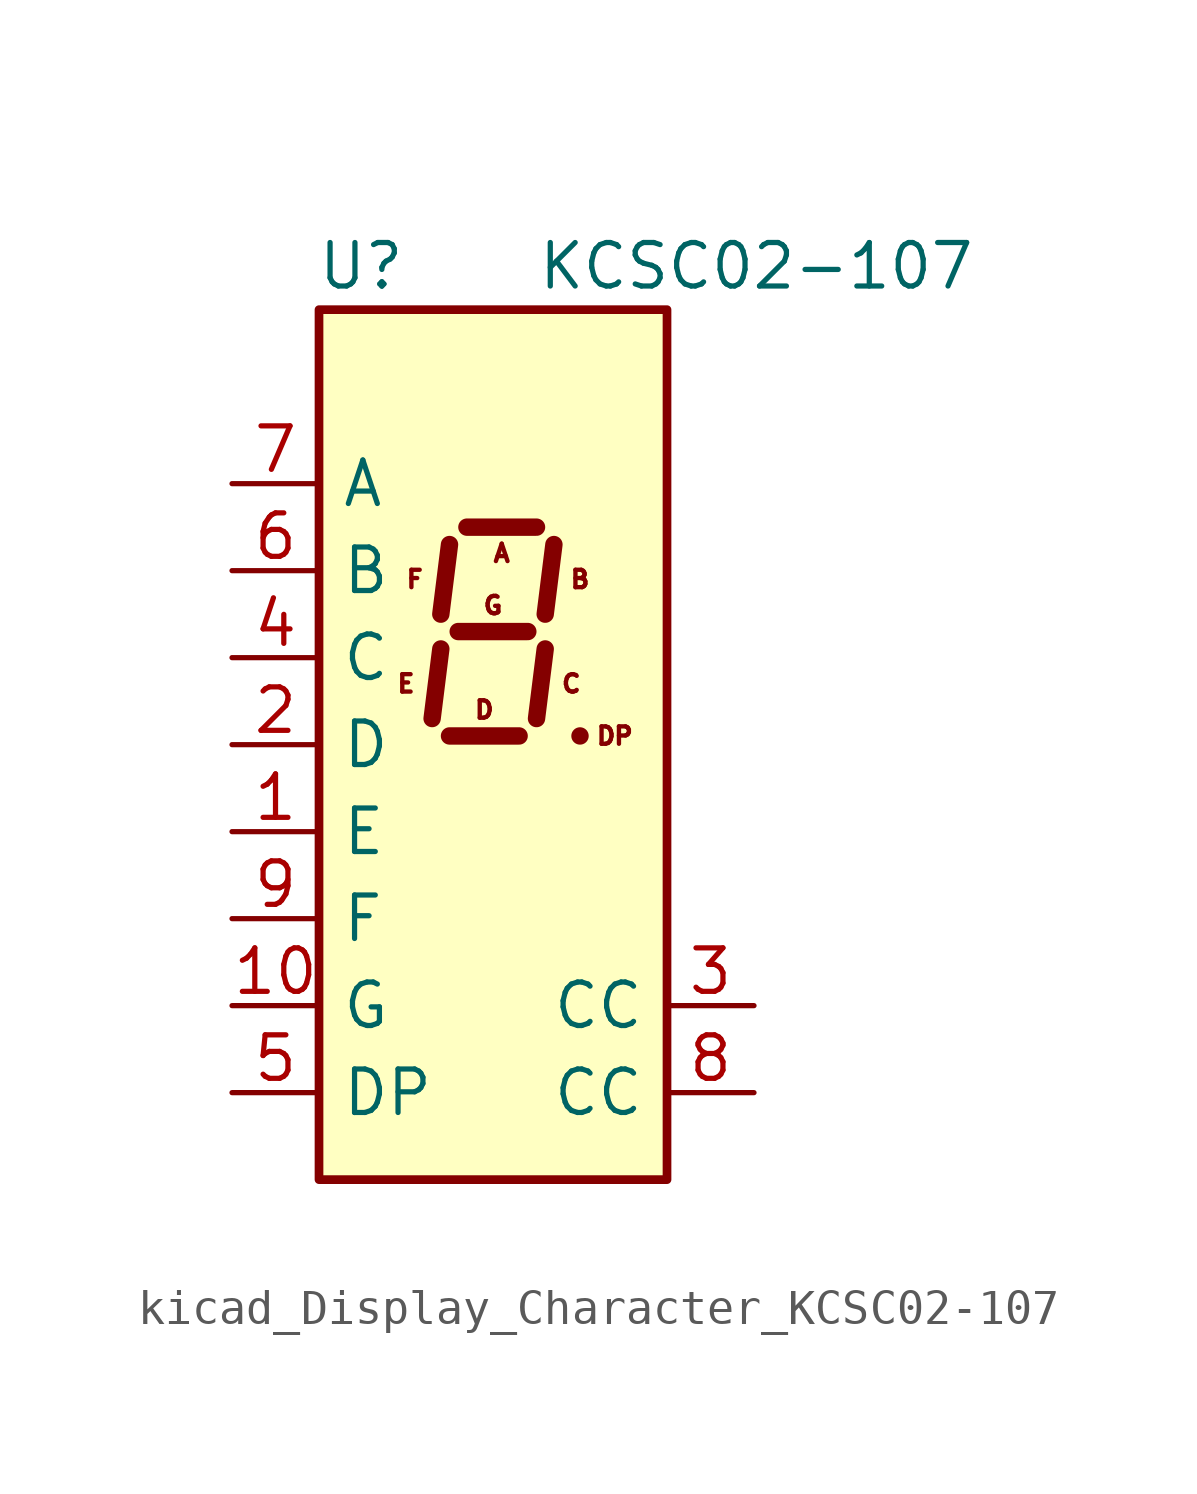
<source format=kicad_sym>
(kicad_symbol_lib
  (version 20220914)
  (generator kicad_symbol_editor)
  (symbol "kicad_Display_Character_KCSC02-107"
    (pin_names
      (offset 0.635))
    (property "Reference" "U"
      (at -2.54 13.97 0)
      (effects (font (size 1.27 1.27)) (justify right)))
    (property "Value" "KCSC02-107"
      (at 1.27 13.97 0)
      (effects (font (size 1.27 1.27)) (justify left)))
    (symbol "kicad_Display_Character_KCSC02-107_0_0"
      (text "A" (at 0.254 5.588 0) (effects (font (size 0.508 0.508))))
      (text "B" (at 2.54 4.826 0) (effects (font (size 0.508 0.508))))
      (text "C" (at 2.286 1.778 0) (effects (font (size 0.508 0.508))))
      (text "D" (at -0.254 1.016 0) (effects (font (size 0.508 0.508))))
      (text "DP" (at 3.556 0.254 0) (effects (font (size 0.508 0.508))))
      (text "E" (at -2.54 1.778 0) (effects (font (size 0.508 0.508))))
      (text "F" (at -2.286 4.826 0) (effects (font (size 0.508 0.508))))
      (text "G" (at 0 4.064 0) (effects (font (size 0.508 0.508)))))
    (symbol "kicad_Display_Character_KCSC02-107_0_1"
      (rectangle (start -5.08 12.7) (end 5.08 -12.7) (stroke (width 0.254) (type default)) (fill (type background)))
      (polyline (pts (xy -1.524 2.794) (xy -1.778 0.762)) (stroke (width 0.508) (type default)) (fill (type none)))
      (polyline (pts (xy -1.27 0.254) (xy 0.762 0.254)) (stroke (width 0.508) (type default)) (fill (type none)))
      (polyline (pts (xy -1.27 5.842) (xy -1.524 3.81)) (stroke (width 0.508) (type default)) (fill (type none)))
      (polyline (pts (xy -1.016 3.302) (xy 1.016 3.302)) (stroke (width 0.508) (type default)) (fill (type none)))
      (polyline (pts (xy -0.762 6.35) (xy 1.27 6.35)) (stroke (width 0.508) (type default)) (fill (type none)))
      (polyline (pts (xy 1.524 2.794) (xy 1.27 0.762)) (stroke (width 0.508) (type default)) (fill (type none)))
      (polyline (pts (xy 1.778 5.842) (xy 1.524 3.81)) (stroke (width 0.508) (type default)) (fill (type none)))
      (polyline (pts (xy 2.54 0.254) (xy 2.54 0.254)) (stroke (width 0.508) (type default)) (fill (type none))))
    (symbol "kicad_Display_Character_KCSC02-107_1_1"
      (pin input line (at -7.62 -2.54 0) (length 2.54) (name "E" (effects (font (size 1.27 1.27)))) (number "1" (effects (font (size 1.27 1.27)))))
      (pin input line (at -7.62 -7.62 0) (length 2.54) (name "G" (effects (font (size 1.27 1.27)))) (number "10" (effects (font (size 1.27 1.27)))))
      (pin input line (at -7.62 0 0) (length 2.54) (name "D" (effects (font (size 1.27 1.27)))) (number "2" (effects (font (size 1.27 1.27)))))
      (pin input line (at 7.62 -7.62 180) (length 2.54) (name "CC" (effects (font (size 1.27 1.27)))) (number "3" (effects (font (size 1.27 1.27)))))
      (pin input line (at -7.62 2.54 0) (length 2.54) (name "C" (effects (font (size 1.27 1.27)))) (number "4" (effects (font (size 1.27 1.27)))))
      (pin input line (at -7.62 -10.16 0) (length 2.54) (name "DP" (effects (font (size 1.27 1.27)))) (number "5" (effects (font (size 1.27 1.27)))))
      (pin input line (at -7.62 5.08 0) (length 2.54) (name "B" (effects (font (size 1.27 1.27)))) (number "6" (effects (font (size 1.27 1.27)))))
      (pin input line (at -7.62 7.62 0) (length 2.54) (name "A" (effects (font (size 1.27 1.27)))) (number "7" (effects (font (size 1.27 1.27)))))
      (pin input line (at 7.62 -10.16 180) (length 2.54) (name "CC" (effects (font (size 1.27 1.27)))) (number "8" (effects (font (size 1.27 1.27)))))
      (pin input line (at -7.62 -5.08 0) (length 2.54) (name "F" (effects (font (size 1.27 1.27)))) (number "9" (effects (font (size 1.27 1.27))))))))
</source>
